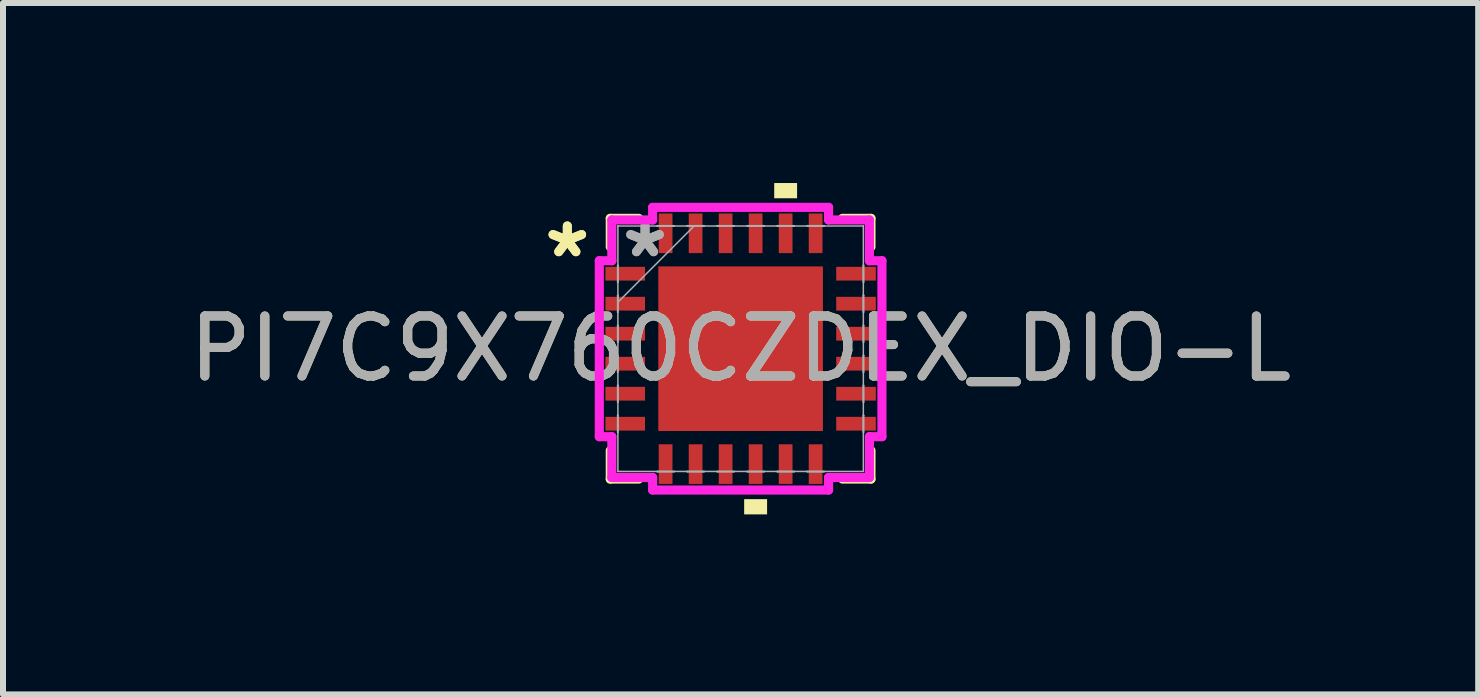
<source format=kicad_pcb>
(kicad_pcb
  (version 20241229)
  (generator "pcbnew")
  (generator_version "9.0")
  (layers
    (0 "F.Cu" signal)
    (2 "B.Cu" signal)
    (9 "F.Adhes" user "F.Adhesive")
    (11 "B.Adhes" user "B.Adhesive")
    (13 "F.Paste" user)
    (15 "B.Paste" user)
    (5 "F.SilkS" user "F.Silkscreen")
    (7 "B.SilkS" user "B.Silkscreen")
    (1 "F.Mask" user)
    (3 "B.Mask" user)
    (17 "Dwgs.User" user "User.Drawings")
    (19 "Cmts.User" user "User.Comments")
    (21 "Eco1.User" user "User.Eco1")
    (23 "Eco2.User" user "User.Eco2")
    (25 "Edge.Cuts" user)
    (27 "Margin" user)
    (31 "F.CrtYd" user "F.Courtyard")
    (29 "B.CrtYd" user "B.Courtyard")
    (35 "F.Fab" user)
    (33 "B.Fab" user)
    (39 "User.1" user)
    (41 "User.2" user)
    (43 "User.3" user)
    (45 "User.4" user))
  (footprint "PI7C9X760CZDEX_DIO-L"
    (layer "F.Cu")
    (at 9.292 2.761)
    (property "Reference" "PI7C9X760CZDEX_DIO-L" (at 0 0 0) (unlocked yes) (layer "F.SilkS") (effects (font (size 1 1) (thickness 0.15))))
    (attr smd)
    (fp_line (start -2.172 -2.172) (end -2.172 -1.697) (stroke (width 0.152) (type solid)) (layer "F.SilkS"))
    (fp_line (start -2.172 1.697) (end -2.172 2.172) (stroke (width 0.152) (type solid)) (layer "F.SilkS"))
    (fp_line (start -2.172 2.172) (end -1.697 2.172) (stroke (width 0.152) (type solid)) (layer "F.SilkS"))
    (fp_line (start -1.697 -2.172) (end -2.172 -2.172) (stroke (width 0.152) (type solid)) (layer "F.SilkS"))
    (fp_line (start 1.697 2.172) (end 2.172 2.172) (stroke (width 0.152) (type solid)) (layer "F.SilkS"))
    (fp_line (start 2.172 -2.172) (end 1.697 -2.172) (stroke (width 0.152) (type solid)) (layer "F.SilkS"))
    (fp_line (start 2.172 -1.697) (end 2.172 -2.172) (stroke (width 0.152) (type solid)) (layer "F.SilkS"))
    (fp_line (start 2.172 2.172) (end 2.172 1.697) (stroke (width 0.152) (type solid)) (layer "F.SilkS"))
    (fp_poly (pts (xy 0.059 2.507) (xy 0.059 2.761) (xy 0.441 2.761) (xy 0.441 2.507)) (stroke (width 0) (type solid)) (fill yes) (layer "F.SilkS"))
    (fp_poly (pts (xy 0.56 -2.507) (xy 0.56 -2.761) (xy 0.941 -2.761) (xy 0.941 -2.507)) (stroke (width 0) (type solid)) (fill yes) (layer "F.SilkS"))
    (fp_poly (pts (xy -1.272 -1.272) (xy -1.272 -0.1) (xy -0.1 -0.1) (xy -0.1 -1.272)) (stroke (width 0) (type solid)) (fill yes) (layer "F.Paste"))
    (fp_poly (pts (xy -1.272 0.1) (xy -1.272 1.272) (xy -0.1 1.272) (xy -0.1 0.1)) (stroke (width 0) (type solid)) (fill yes) (layer "F.Paste"))
    (fp_poly (pts (xy 0.1 -1.272) (xy 0.1 -0.1) (xy 1.272 -0.1) (xy 1.272 -1.272)) (stroke (width 0) (type solid)) (fill yes) (layer "F.Paste"))
    (fp_poly (pts (xy 0.1 0.1) (xy 0.1 1.272) (xy 1.272 1.272) (xy 1.272 0.1)) (stroke (width 0) (type solid)) (fill yes) (layer "F.Paste"))
    (fp_line (start -2.355 -1.466) (end -2.146 -1.466) (stroke (width 0.152) (type solid)) (layer "F.CrtYd"))
    (fp_line (start -2.355 1.466) (end -2.355 -1.466) (stroke (width 0.152) (type solid)) (layer "F.CrtYd"))
    (fp_line (start -2.146 -2.146) (end -1.466 -2.146) (stroke (width 0.152) (type solid)) (layer "F.CrtYd"))
    (fp_line (start -2.146 -1.466) (end -2.146 -2.146) (stroke (width 0.152) (type solid)) (layer "F.CrtYd"))
    (fp_line (start -2.146 1.466) (end -2.355 1.466) (stroke (width 0.152) (type solid)) (layer "F.CrtYd"))
    (fp_line (start -2.146 2.146) (end -2.146 1.466) (stroke (width 0.152) (type solid)) (layer "F.CrtYd"))
    (fp_line (start -1.466 -2.355) (end 1.466 -2.355) (stroke (width 0.152) (type solid)) (layer "F.CrtYd"))
    (fp_line (start -1.466 -2.146) (end -1.466 -2.355) (stroke (width 0.152) (type solid)) (layer "F.CrtYd"))
    (fp_line (start -1.466 2.146) (end -2.146 2.146) (stroke (width 0.152) (type solid)) (layer "F.CrtYd"))
    (fp_line (start -1.466 2.355) (end -1.466 2.146) (stroke (width 0.152) (type solid)) (layer "F.CrtYd"))
    (fp_line (start 1.466 -2.355) (end 1.466 -2.146) (stroke (width 0.152) (type solid)) (layer "F.CrtYd"))
    (fp_line (start 1.466 -2.146) (end 2.146 -2.146) (stroke (width 0.152) (type solid)) (layer "F.CrtYd"))
    (fp_line (start 1.466 2.146) (end 1.466 2.355) (stroke (width 0.152) (type solid)) (layer "F.CrtYd"))
    (fp_line (start 1.466 2.355) (end -1.466 2.355) (stroke (width 0.152) (type solid)) (layer "F.CrtYd"))
    (fp_line (start 2.146 -2.146) (end 2.146 -1.466) (stroke (width 0.152) (type solid)) (layer "F.CrtYd"))
    (fp_line (start 2.146 -1.466) (end 2.355 -1.466) (stroke (width 0.152) (type solid)) (layer "F.CrtYd"))
    (fp_line (start 2.146 1.466) (end 2.146 2.146) (stroke (width 0.152) (type solid)) (layer "F.CrtYd"))
    (fp_line (start 2.146 2.146) (end 1.466 2.146) (stroke (width 0.152) (type solid)) (layer "F.CrtYd"))
    (fp_line (start 2.355 -1.466) (end 2.355 1.466) (stroke (width 0.152) (type solid)) (layer "F.CrtYd"))
    (fp_line (start 2.355 1.466) (end 2.146 1.466) (stroke (width 0.152) (type solid)) (layer "F.CrtYd"))
    (fp_line (start -2.05 -1.39) (end -2.05 -1.11) (stroke (width 0.025) (type solid)) (layer "F.Fab"))
    (fp_line (start -2.05 -1.11) (end -2.045 -1.11) (stroke (width 0.025) (type solid)) (layer "F.Fab"))
    (fp_line (start -2.05 -0.89) (end -2.05 -0.61) (stroke (width 0.025) (type solid)) (layer "F.Fab"))
    (fp_line (start -2.05 -0.61) (end -2.045 -0.61) (stroke (width 0.025) (type solid)) (layer "F.Fab"))
    (fp_line (start -2.05 -0.39) (end -2.05 -0.11) (stroke (width 0.025) (type solid)) (layer "F.Fab"))
    (fp_line (start -2.05 -0.11) (end -2.045 -0.11) (stroke (width 0.025) (type solid)) (layer "F.Fab"))
    (fp_line (start -2.05 0.11) (end -2.05 0.39) (stroke (width 0.025) (type solid)) (layer "F.Fab"))
    (fp_line (start -2.05 0.39) (end -2.045 0.39) (stroke (width 0.025) (type solid)) (layer "F.Fab"))
    (fp_line (start -2.05 0.61) (end -2.05 0.89) (stroke (width 0.025) (type solid)) (layer "F.Fab"))
    (fp_line (start -2.05 0.89) (end -2.045 0.89) (stroke (width 0.025) (type solid)) (layer "F.Fab"))
    (fp_line (start -2.05 1.11) (end -2.05 1.39) (stroke (width 0.025) (type solid)) (layer "F.Fab"))
    (fp_line (start -2.05 1.39) (end -2.045 1.39) (stroke (width 0.025) (type solid)) (layer "F.Fab"))
    (fp_line (start -2.045 -2.045) (end -2.045 -2.045) (stroke (width 0.025) (type solid)) (layer "F.Fab"))
    (fp_line (start -2.045 -2.045) (end -2.045 2.045) (stroke (width 0.025) (type solid)) (layer "F.Fab"))
    (fp_line (start -2.045 -1.39) (end -2.05 -1.39) (stroke (width 0.025) (type solid)) (layer "F.Fab"))
    (fp_line (start -2.045 -1.11) (end -2.045 -1.39) (stroke (width 0.025) (type solid)) (layer "F.Fab"))
    (fp_line (start -2.045 -0.89) (end -2.05 -0.89) (stroke (width 0.025) (type solid)) (layer "F.Fab"))
    (fp_line (start -2.045 -0.775) (end -0.775 -2.045) (stroke (width 0.025) (type solid)) (layer "F.Fab"))
    (fp_line (start -2.045 -0.61) (end -2.045 -0.89) (stroke (width 0.025) (type solid)) (layer "F.Fab"))
    (fp_line (start -2.045 -0.39) (end -2.05 -0.39) (stroke (width 0.025) (type solid)) (layer "F.Fab"))
    (fp_line (start -2.045 -0.11) (end -2.045 -0.39) (stroke (width 0.025) (type solid)) (layer "F.Fab"))
    (fp_line (start -2.045 0.11) (end -2.05 0.11) (stroke (width 0.025) (type solid)) (layer "F.Fab"))
    (fp_line (start -2.045 0.39) (end -2.045 0.11) (stroke (width 0.025) (type solid)) (layer "F.Fab"))
    (fp_line (start -2.045 0.61) (end -2.05 0.61) (stroke (width 0.025) (type solid)) (layer "F.Fab"))
    (fp_line (start -2.045 0.89) (end -2.045 0.61) (stroke (width 0.025) (type solid)) (layer "F.Fab"))
    (fp_line (start -2.045 1.11) (end -2.05 1.11) (stroke (width 0.025) (type solid)) (layer "F.Fab"))
    (fp_line (start -2.045 1.39) (end -2.045 1.11) (stroke (width 0.025) (type solid)) (layer "F.Fab"))
    (fp_line (start -2.045 2.045) (end -2.045 2.045) (stroke (width 0.025) (type solid)) (layer "F.Fab"))
    (fp_line (start -2.045 2.045) (end 2.045 2.045) (stroke (width 0.025) (type solid)) (layer "F.Fab"))
    (fp_line (start -1.39 -2.05) (end -1.39 -2.045) (stroke (width 0.025) (type solid)) (layer "F.Fab"))
    (fp_line (start -1.39 -2.045) (end -1.11 -2.045) (stroke (width 0.025) (type solid)) (layer "F.Fab"))
    (fp_line (start -1.39 2.045) (end -1.39 2.05) (stroke (width 0.025) (type solid)) (layer "F.Fab"))
    (fp_line (start -1.39 2.05) (end -1.11 2.05) (stroke (width 0.025) (type solid)) (layer "F.Fab"))
    (fp_line (start -1.11 -2.05) (end -1.39 -2.05) (stroke (width 0.025) (type solid)) (layer "F.Fab"))
    (fp_line (start -1.11 -2.045) (end -1.11 -2.05) (stroke (width 0.025) (type solid)) (layer "F.Fab"))
    (fp_line (start -1.11 2.045) (end -1.39 2.045) (stroke (width 0.025) (type solid)) (layer "F.Fab"))
    (fp_line (start -1.11 2.05) (end -1.11 2.045) (stroke (width 0.025) (type solid)) (layer "F.Fab"))
    (fp_line (start -0.89 -2.05) (end -0.89 -2.045) (stroke (width 0.025) (type solid)) (layer "F.Fab"))
    (fp_line (start -0.89 -2.045) (end -0.61 -2.045) (stroke (width 0.025) (type solid)) (layer "F.Fab"))
    (fp_line (start -0.89 2.045) (end -0.89 2.05) (stroke (width 0.025) (type solid)) (layer "F.Fab"))
    (fp_line (start -0.89 2.05) (end -0.61 2.05) (stroke (width 0.025) (type solid)) (layer "F.Fab"))
    (fp_line (start -0.61 -2.05) (end -0.89 -2.05) (stroke (width 0.025) (type solid)) (layer "F.Fab"))
    (fp_line (start -0.61 -2.045) (end -0.61 -2.05) (stroke (width 0.025) (type solid)) (layer "F.Fab"))
    (fp_line (start -0.61 2.045) (end -0.89 2.045) (stroke (width 0.025) (type solid)) (layer "F.Fab"))
    (fp_line (start -0.61 2.05) (end -0.61 2.045) (stroke (width 0.025) (type solid)) (layer "F.Fab"))
    (fp_line (start -0.39 -2.05) (end -0.39 -2.045) (stroke (width 0.025) (type solid)) (layer "F.Fab"))
    (fp_line (start -0.39 -2.045) (end -0.11 -2.045) (stroke (width 0.025) (type solid)) (layer "F.Fab"))
    (fp_line (start -0.39 2.045) (end -0.39 2.05) (stroke (width 0.025) (type solid)) (layer "F.Fab"))
    (fp_line (start -0.39 2.05) (end -0.11 2.05) (stroke (width 0.025) (type solid)) (layer "F.Fab"))
    (fp_line (start -0.11 -2.05) (end -0.39 -2.05) (stroke (width 0.025) (type solid)) (layer "F.Fab"))
    (fp_line (start -0.11 -2.045) (end -0.11 -2.05) (stroke (width 0.025) (type solid)) (layer "F.Fab"))
    (fp_line (start -0.11 2.045) (end -0.39 2.045) (stroke (width 0.025) (type solid)) (layer "F.Fab"))
    (fp_line (start -0.11 2.05) (end -0.11 2.045) (stroke (width 0.025) (type solid)) (layer "F.Fab"))
    (fp_line (start 0.11 -2.05) (end 0.11 -2.045) (stroke (width 0.025) (type solid)) (layer "F.Fab"))
    (fp_line (start 0.11 -2.045) (end 0.39 -2.045) (stroke (width 0.025) (type solid)) (layer "F.Fab"))
    (fp_line (start 0.11 2.045) (end 0.11 2.05) (stroke (width 0.025) (type solid)) (layer "F.Fab"))
    (fp_line (start 0.11 2.05) (end 0.39 2.05) (stroke (width 0.025) (type solid)) (layer "F.Fab"))
    (fp_line (start 0.39 -2.05) (end 0.11 -2.05) (stroke (width 0.025) (type solid)) (layer "F.Fab"))
    (fp_line (start 0.39 -2.045) (end 0.39 -2.05) (stroke (width 0.025) (type solid)) (layer "F.Fab"))
    (fp_line (start 0.39 2.045) (end 0.11 2.045) (stroke (width 0.025) (type solid)) (layer "F.Fab"))
    (fp_line (start 0.39 2.05) (end 0.39 2.045) (stroke (width 0.025) (type solid)) (layer "F.Fab"))
    (fp_line (start 0.61 -2.05) (end 0.61 -2.045) (stroke (width 0.025) (type solid)) (layer "F.Fab"))
    (fp_line (start 0.61 -2.045) (end 0.89 -2.045) (stroke (width 0.025) (type solid)) (layer "F.Fab"))
    (fp_line (start 0.61 2.045) (end 0.61 2.05) (stroke (width 0.025) (type solid)) (layer "F.Fab"))
    (fp_line (start 0.61 2.05) (end 0.89 2.05) (stroke (width 0.025) (type solid)) (layer "F.Fab"))
    (fp_line (start 0.89 -2.05) (end 0.61 -2.05) (stroke (width 0.025) (type solid)) (layer "F.Fab"))
    (fp_line (start 0.89 -2.045) (end 0.89 -2.05) (stroke (width 0.025) (type solid)) (layer "F.Fab"))
    (fp_line (start 0.89 2.045) (end 0.61 2.045) (stroke (width 0.025) (type solid)) (layer "F.Fab"))
    (fp_line (start 0.89 2.05) (end 0.89 2.045) (stroke (width 0.025) (type solid)) (layer "F.Fab"))
    (fp_line (start 1.11 -2.05) (end 1.11 -2.045) (stroke (width 0.025) (type solid)) (layer "F.Fab"))
    (fp_line (start 1.11 -2.045) (end 1.39 -2.045) (stroke (width 0.025) (type solid)) (layer "F.Fab"))
    (fp_line (start 1.11 2.045) (end 1.11 2.05) (stroke (width 0.025) (type solid)) (layer "F.Fab"))
    (fp_line (start 1.11 2.05) (end 1.39 2.05) (stroke (width 0.025) (type solid)) (layer "F.Fab"))
    (fp_line (start 1.39 -2.05) (end 1.11 -2.05) (stroke (width 0.025) (type solid)) (layer "F.Fab"))
    (fp_line (start 1.39 -2.045) (end 1.39 -2.05) (stroke (width 0.025) (type solid)) (layer "F.Fab"))
    (fp_line (start 1.39 2.045) (end 1.11 2.045) (stroke (width 0.025) (type solid)) (layer "F.Fab"))
    (fp_line (start 1.39 2.05) (end 1.39 2.045) (stroke (width 0.025) (type solid)) (layer "F.Fab"))
    (fp_line (start 2.045 -2.045) (end -2.045 -2.045) (stroke (width 0.025) (type solid)) (layer "F.Fab"))
    (fp_line (start 2.045 -2.045) (end 2.045 -2.045) (stroke (width 0.025) (type solid)) (layer "F.Fab"))
    (fp_line (start 2.045 -1.39) (end 2.045 -1.11) (stroke (width 0.025) (type solid)) (layer "F.Fab"))
    (fp_line (start 2.045 -1.11) (end 2.05 -1.11) (stroke (width 0.025) (type solid)) (layer "F.Fab"))
    (fp_line (start 2.045 -0.89) (end 2.045 -0.61) (stroke (width 0.025) (type solid)) (layer "F.Fab"))
    (fp_line (start 2.045 -0.61) (end 2.05 -0.61) (stroke (width 0.025) (type solid)) (layer "F.Fab"))
    (fp_line (start 2.045 -0.39) (end 2.045 -0.11) (stroke (width 0.025) (type solid)) (layer "F.Fab"))
    (fp_line (start 2.045 -0.11) (end 2.05 -0.11) (stroke (width 0.025) (type solid)) (layer "F.Fab"))
    (fp_line (start 2.045 0.11) (end 2.045 0.39) (stroke (width 0.025) (type solid)) (layer "F.Fab"))
    (fp_line (start 2.045 0.39) (end 2.05 0.39) (stroke (width 0.025) (type solid)) (layer "F.Fab"))
    (fp_line (start 2.045 0.61) (end 2.045 0.89) (stroke (width 0.025) (type solid)) (layer "F.Fab"))
    (fp_line (start 2.045 0.89) (end 2.05 0.89) (stroke (width 0.025) (type solid)) (layer "F.Fab"))
    (fp_line (start 2.045 1.11) (end 2.045 1.39) (stroke (width 0.025) (type solid)) (layer "F.Fab"))
    (fp_line (start 2.045 1.39) (end 2.05 1.39) (stroke (width 0.025) (type solid)) (layer "F.Fab"))
    (fp_line (start 2.045 2.045) (end 2.045 -2.045) (stroke (width 0.025) (type solid)) (layer "F.Fab"))
    (fp_line (start 2.045 2.045) (end 2.045 2.045) (stroke (width 0.025) (type solid)) (layer "F.Fab"))
    (fp_line (start 2.05 -1.39) (end 2.045 -1.39) (stroke (width 0.025) (type solid)) (layer "F.Fab"))
    (fp_line (start 2.05 -1.11) (end 2.05 -1.39) (stroke (width 0.025) (type solid)) (layer "F.Fab"))
    (fp_line (start 2.05 -0.89) (end 2.045 -0.89) (stroke (width 0.025) (type solid)) (layer "F.Fab"))
    (fp_line (start 2.05 -0.61) (end 2.05 -0.89) (stroke (width 0.025) (type solid)) (layer "F.Fab"))
    (fp_line (start 2.05 -0.39) (end 2.045 -0.39) (stroke (width 0.025) (type solid)) (layer "F.Fab"))
    (fp_line (start 2.05 -0.11) (end 2.05 -0.39) (stroke (width 0.025) (type solid)) (layer "F.Fab"))
    (fp_line (start 2.05 0.11) (end 2.045 0.11) (stroke (width 0.025) (type solid)) (layer "F.Fab"))
    (fp_line (start 2.05 0.39) (end 2.05 0.11) (stroke (width 0.025) (type solid)) (layer "F.Fab"))
    (fp_line (start 2.05 0.61) (end 2.045 0.61) (stroke (width 0.025) (type solid)) (layer "F.Fab"))
    (fp_line (start 2.05 0.89) (end 2.05 0.61) (stroke (width 0.025) (type solid)) (layer "F.Fab"))
    (fp_line (start 2.05 1.11) (end 2.045 1.11) (stroke (width 0.025) (type solid)) (layer "F.Fab"))
    (fp_line (start 2.05 1.39) (end 2.05 1.11) (stroke (width 0.025) (type solid)) (layer "F.Fab"))
    (fp_text user "*" (at -2.888 -1.5 0) (layer "F.SilkS") (effects (font (size 1 1) (thickness 0.15))))
    (fp_text user "*" (at -2.888 -1.5 0) (unlocked yes) (layer "F.SilkS") (effects (font (size 1 1) (thickness 0.15))))
    (fp_text user "${REFERENCE}" (at 0 0 0) (unlocked yes) (layer "F.Fab") (effects (font (size 1 1) (thickness 0.15))))
    (fp_text user "*" (at -1.593 -1.5 0) (layer "F.Fab") (effects (font (size 1 1) (thickness 0.15))))
    (fp_text user "*" (at -1.593 -1.5 0) (unlocked yes) (layer "F.Fab") (effects (font (size 1 1) (thickness 0.15))))
    (pad "1" smd rect (at -1.923 -1.25 90) (size 0.229 0.66) (layers "F.Cu" "F.Mask" "F.Paste"))
    (pad "2" smd rect (at -1.923 -0.75 90) (size 0.229 0.66) (layers "F.Cu" "F.Mask" "F.Paste"))
    (pad "3" smd rect (at -1.923 -0.25 90) (size 0.229 0.66) (layers "F.Cu" "F.Mask" "F.Paste"))
    (pad "4" smd rect (at -1.923 0.25 90) (size 0.229 0.66) (layers "F.Cu" "F.Mask" "F.Paste"))
    (pad "5" smd rect (at -1.923 0.75 90) (size 0.229 0.66) (layers "F.Cu" "F.Mask" "F.Paste"))
    (pad "6" smd rect (at -1.923 1.25 90) (size 0.229 0.66) (layers "F.Cu" "F.Mask" "F.Paste"))
    (pad "7" smd rect (at -1.25 1.923) (size 0.229 0.66) (layers "F.Cu" "F.Mask" "F.Paste"))
    (pad "8" smd rect (at -0.75 1.923) (size 0.229 0.66) (layers "F.Cu" "F.Mask" "F.Paste"))
    (pad "9" smd rect (at -0.25 1.923) (size 0.229 0.66) (layers "F.Cu" "F.Mask" "F.Paste"))
    (pad "10" smd rect (at 0.25 1.923) (size 0.229 0.66) (layers "F.Cu" "F.Mask" "F.Paste"))
    (pad "11" smd rect (at 0.75 1.923) (size 0.229 0.66) (layers "F.Cu" "F.Mask" "F.Paste"))
    (pad "12" smd rect (at 1.25 1.923) (size 0.229 0.66) (layers "F.Cu" "F.Mask" "F.Paste"))
    (pad "13" smd rect (at 1.923 1.25 90) (size 0.229 0.66) (layers "F.Cu" "F.Mask" "F.Paste"))
    (pad "14" smd rect (at 1.923 0.75 90) (size 0.229 0.66) (layers "F.Cu" "F.Mask" "F.Paste"))
    (pad "15" smd rect (at 1.923 0.25 90) (size 0.229 0.66) (layers "F.Cu" "F.Mask" "F.Paste"))
    (pad "16" smd rect (at 1.923 -0.25 90) (size 0.229 0.66) (layers "F.Cu" "F.Mask" "F.Paste"))
    (pad "17" smd rect (at 1.923 -0.75 90) (size 0.229 0.66) (layers "F.Cu" "F.Mask" "F.Paste"))
    (pad "18" smd rect (at 1.923 -1.25 90) (size 0.229 0.66) (layers "F.Cu" "F.Mask" "F.Paste"))
    (pad "19" smd rect (at 1.25 -1.923) (size 0.229 0.66) (layers "F.Cu" "F.Mask" "F.Paste"))
    (pad "20" smd rect (at 0.75 -1.923) (size 0.229 0.66) (layers "F.Cu" "F.Mask" "F.Paste"))
    (pad "21" smd rect (at 0.25 -1.923) (size 0.229 0.66) (layers "F.Cu" "F.Mask" "F.Paste"))
    (pad "22" smd rect (at -0.25 -1.923) (size 0.229 0.66) (layers "F.Cu" "F.Mask" "F.Paste"))
    (pad "23" smd rect (at -0.75 -1.923) (size 0.229 0.66) (layers "F.Cu" "F.Mask" "F.Paste"))
    (pad "24" smd rect (at -1.25 -1.923) (size 0.229 0.66) (layers "F.Cu" "F.Mask" "F.Paste"))
    (pad "25" smd rect (at 0 0) (size 2.743 2.743) (layers "F.Cu" "F.Mask" "F.Paste")))
  (gr_rect
    (start -3 -3)
    (end 21.583 8.522)
    (stroke (width 0.1) (type default))
    (fill no)
    (layer "Edge.Cuts")))
</source>
